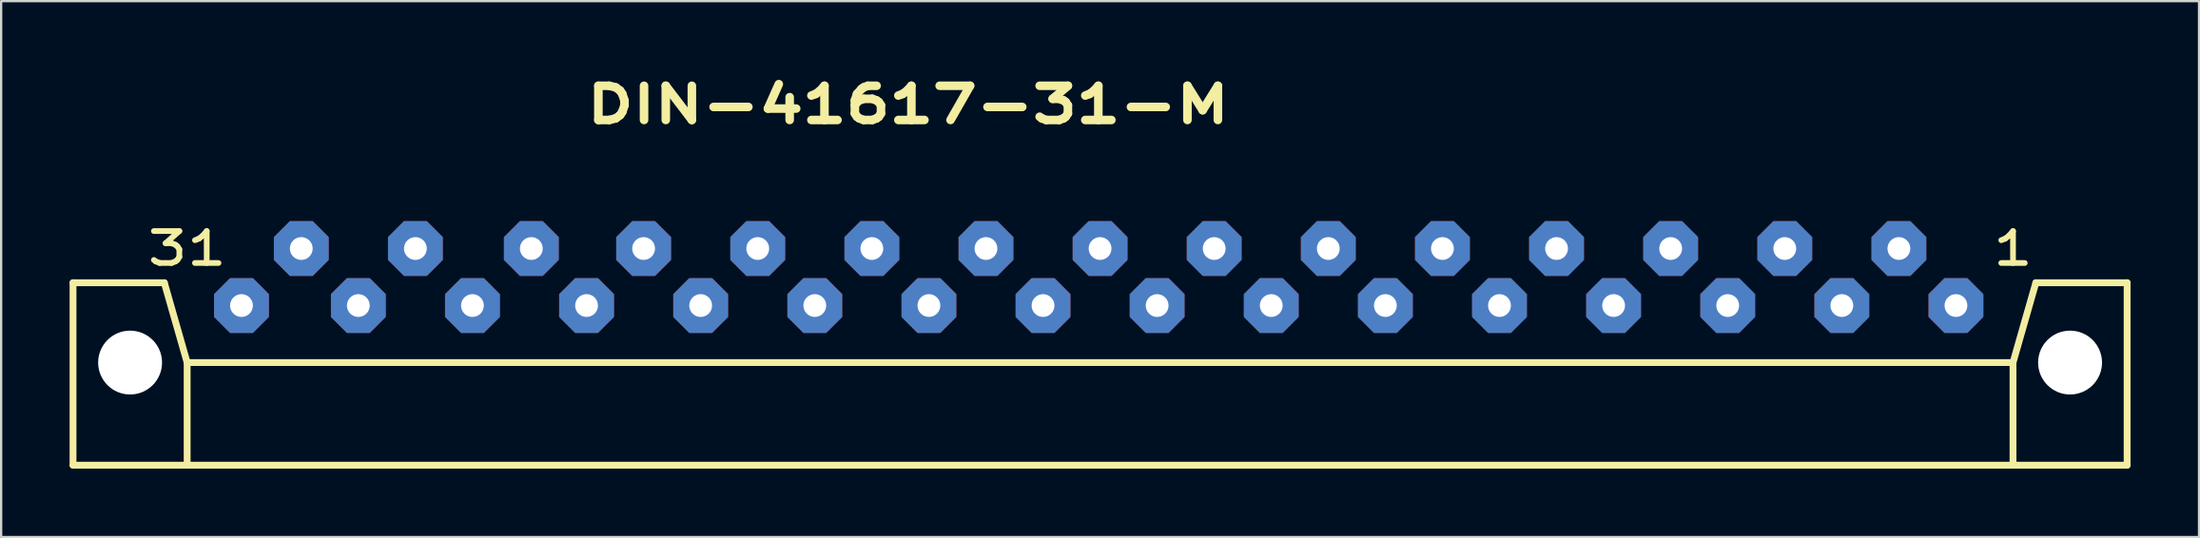
<source format=kicad_pcb>
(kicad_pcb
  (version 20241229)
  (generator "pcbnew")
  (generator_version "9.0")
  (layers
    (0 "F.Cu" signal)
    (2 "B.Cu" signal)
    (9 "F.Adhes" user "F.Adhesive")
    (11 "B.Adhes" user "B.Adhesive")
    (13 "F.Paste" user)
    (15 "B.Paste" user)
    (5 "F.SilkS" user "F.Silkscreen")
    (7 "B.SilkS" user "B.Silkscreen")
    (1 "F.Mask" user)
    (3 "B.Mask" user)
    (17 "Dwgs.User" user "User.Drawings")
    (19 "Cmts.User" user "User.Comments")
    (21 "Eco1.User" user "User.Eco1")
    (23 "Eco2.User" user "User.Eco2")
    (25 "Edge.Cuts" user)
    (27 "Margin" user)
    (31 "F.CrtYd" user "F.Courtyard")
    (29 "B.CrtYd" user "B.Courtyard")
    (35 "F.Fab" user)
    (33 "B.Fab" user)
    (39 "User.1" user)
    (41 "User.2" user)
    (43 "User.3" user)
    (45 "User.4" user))
  (footprint "DIN-41617-31-M"
    (layer "F.Cu")
    (at 15.15 5.346)
    (property "Reference" "DIN-41617-31-M" (at 21.59 -3.81 0) (layer "F.SilkS") (effects (font (size 1.5 2) (thickness 0.375))))
    (attr through_hole)
    (fp_line (start -15 12) (end -15 4) (stroke (width 0.3) (type solid)) (layer "F.SilkS"))
    (fp_line (start -11 4) (end -15 4) (stroke (width 0.3) (type solid)) (layer "F.SilkS"))
    (fp_line (start -10 7.5) (end -11 4) (stroke (width 0.3) (type solid)) (layer "F.SilkS"))
    (fp_line (start -10 7.5) (end -10 12) (stroke (width 0.3) (type solid)) (layer "F.SilkS"))
    (fp_line (start -10 7.5) (end 70 7.5) (stroke (width 0.3) (type solid)) (layer "F.SilkS"))
    (fp_line (start 70 7.5) (end 70 12) (stroke (width 0.3) (type solid)) (layer "F.SilkS"))
    (fp_line (start 70 7.5) (end 71 4) (stroke (width 0.3) (type solid)) (layer "F.SilkS"))
    (fp_line (start 71 4) (end 75 4) (stroke (width 0.3) (type solid)) (layer "F.SilkS"))
    (fp_line (start 75 4) (end 75 12) (stroke (width 0.3) (type solid)) (layer "F.SilkS"))
    (fp_line (start 75 12) (end -15 12) (stroke (width 0.3) (type solid)) (layer "F.SilkS"))
    (fp_text user "31" (at -10 2.5 0) (layer "F.SilkS") (effects (font (size 1.4 1.8) (thickness 0.25))))
    (fp_text user "1" (at 70 2.5 0) (layer "F.SilkS") (effects (font (size 1.4 1.8) (thickness 0.25))))
    (pad "" np_thru_hole circle (at -12.5 7.5) (size 2.8 2.8) (drill 2.8) (layers "*.Cu" "*.Mask"))
    (pad "" np_thru_hole circle (at 72.5 7.5) (size 2.8 2.8) (drill 2.8) (layers "*.Cu" "*.Mask"))
    (pad "1" thru_hole custom (at 67.5 5) (size 1.524 1.524) (drill 1) (layers "*.Cu" "*.Mask") (options (anchor rect)) (primitives (gr_poly (pts (xy -1.2 0.5) (xy -1.2 -0.5) (xy -0.5 -1.2) (xy 0.5 -1.2) (xy 1.2 -0.5) (xy 1.2 0.5) (xy 0.5 1.2) (xy -0.5 1.2)) (width 0) (fill yes))))
    (pad "2" thru_hole custom (at 65 2.5) (size 1.524 1.524) (drill 1) (layers "*.Cu" "*.Mask") (options (anchor rect)) (primitives (gr_poly (pts (xy -1.2 0.5) (xy -1.2 -0.5) (xy -0.5 -1.2) (xy 0.5 -1.2) (xy 1.2 -0.5) (xy 1.2 0.5) (xy 0.5 1.2) (xy -0.5 1.2)) (width 0) (fill yes))))
    (pad "3" thru_hole custom (at 62.5 5) (size 1.524 1.524) (drill 1) (layers "*.Cu" "*.Mask") (options (anchor rect)) (primitives (gr_poly (pts (xy -1.2 0.5) (xy -1.2 -0.5) (xy -0.5 -1.2) (xy 0.5 -1.2) (xy 1.2 -0.5) (xy 1.2 0.5) (xy 0.5 1.2) (xy -0.5 1.2)) (width 0) (fill yes))))
    (pad "4" thru_hole custom (at 60 2.5) (size 1.524 1.524) (drill 1) (layers "*.Cu" "*.Mask") (options (anchor rect)) (primitives (gr_poly (pts (xy -1.2 0.5) (xy -1.2 -0.5) (xy -0.5 -1.2) (xy 0.5 -1.2) (xy 1.2 -0.5) (xy 1.2 0.5) (xy 0.5 1.2) (xy -0.5 1.2)) (width 0) (fill yes))))
    (pad "5" thru_hole custom (at 57.5 5) (size 1.524 1.524) (drill 1) (layers "*.Cu" "*.Mask") (options (anchor rect)) (primitives (gr_poly (pts (xy -1.2 0.5) (xy -1.2 -0.5) (xy -0.5 -1.2) (xy 0.5 -1.2) (xy 1.2 -0.5) (xy 1.2 0.5) (xy 0.5 1.2) (xy -0.5 1.2)) (width 0) (fill yes))))
    (pad "6" thru_hole custom (at 55 2.5) (size 1.524 1.524) (drill 1) (layers "*.Cu" "*.Mask") (options (anchor rect)) (primitives (gr_poly (pts (xy -1.2 0.5) (xy -1.2 -0.5) (xy -0.5 -1.2) (xy 0.5 -1.2) (xy 1.2 -0.5) (xy 1.2 0.5) (xy 0.5 1.2) (xy -0.5 1.2)) (width 0) (fill yes))))
    (pad "7" thru_hole custom (at 52.5 5) (size 1.524 1.524) (drill 1) (layers "*.Cu" "*.Mask") (options (anchor rect)) (primitives (gr_poly (pts (xy -1.2 0.5) (xy -1.2 -0.5) (xy -0.5 -1.2) (xy 0.5 -1.2) (xy 1.2 -0.5) (xy 1.2 0.5) (xy 0.5 1.2) (xy -0.5 1.2)) (width 0) (fill yes))))
    (pad "8" thru_hole custom (at 50 2.5) (size 1.524 1.524) (drill 1) (layers "*.Cu" "*.Mask") (options (anchor rect)) (primitives (gr_poly (pts (xy -1.2 0.5) (xy -1.2 -0.5) (xy -0.5 -1.2) (xy 0.5 -1.2) (xy 1.2 -0.5) (xy 1.2 0.5) (xy 0.5 1.2) (xy -0.5 1.2)) (width 0) (fill yes))))
    (pad "9" thru_hole custom (at 47.5 5) (size 1.524 1.524) (drill 1) (layers "*.Cu" "*.Mask") (options (anchor rect)) (primitives (gr_poly (pts (xy -1.2 0.5) (xy -1.2 -0.5) (xy -0.5 -1.2) (xy 0.5 -1.2) (xy 1.2 -0.5) (xy 1.2 0.5) (xy 0.5 1.2) (xy -0.5 1.2)) (width 0) (fill yes))))
    (pad "10" thru_hole custom (at 45 2.5) (size 1.524 1.524) (drill 1) (layers "*.Cu" "*.Mask") (options (anchor rect)) (primitives (gr_poly (pts (xy -1.2 0.5) (xy -1.2 -0.5) (xy -0.5 -1.2) (xy 0.5 -1.2) (xy 1.2 -0.5) (xy 1.2 0.5) (xy 0.5 1.2) (xy -0.5 1.2)) (width 0) (fill yes))))
    (pad "11" thru_hole custom (at 42.5 5) (size 1.524 1.524) (drill 1) (layers "*.Cu" "*.Mask") (options (anchor rect)) (primitives (gr_poly (pts (xy -1.2 0.5) (xy -1.2 -0.5) (xy -0.5 -1.2) (xy 0.5 -1.2) (xy 1.2 -0.5) (xy 1.2 0.5) (xy 0.5 1.2) (xy -0.5 1.2)) (width 0) (fill yes))))
    (pad "12" thru_hole custom (at 40 2.5) (size 1.524 1.524) (drill 1) (layers "*.Cu" "*.Mask") (options (anchor rect)) (primitives (gr_poly (pts (xy -1.2 0.5) (xy -1.2 -0.5) (xy -0.5 -1.2) (xy 0.5 -1.2) (xy 1.2 -0.5) (xy 1.2 0.5) (xy 0.5 1.2) (xy -0.5 1.2)) (width 0) (fill yes))))
    (pad "13" thru_hole custom (at 37.5 5) (size 1.524 1.524) (drill 1) (layers "*.Cu" "*.Mask") (options (anchor rect)) (primitives (gr_poly (pts (xy -1.2 0.5) (xy -1.2 -0.5) (xy -0.5 -1.2) (xy 0.5 -1.2) (xy 1.2 -0.5) (xy 1.2 0.5) (xy 0.5 1.2) (xy -0.5 1.2)) (width 0) (fill yes))))
    (pad "14" thru_hole custom (at 35 2.5) (size 1.524 1.524) (drill 1) (layers "*.Cu" "*.Mask") (options (anchor rect)) (primitives (gr_poly (pts (xy -1.2 0.5) (xy -1.2 -0.5) (xy -0.5 -1.2) (xy 0.5 -1.2) (xy 1.2 -0.5) (xy 1.2 0.5) (xy 0.5 1.2) (xy -0.5 1.2)) (width 0) (fill yes))))
    (pad "15" thru_hole custom (at 32.5 5) (size 1.524 1.524) (drill 1) (layers "*.Cu" "*.Mask") (options (anchor rect)) (primitives (gr_poly (pts (xy -1.2 0.5) (xy -1.2 -0.5) (xy -0.5 -1.2) (xy 0.5 -1.2) (xy 1.2 -0.5) (xy 1.2 0.5) (xy 0.5 1.2) (xy -0.5 1.2)) (width 0) (fill yes))))
    (pad "16" thru_hole custom (at 30 2.5) (size 1.524 1.524) (drill 1) (layers "*.Cu" "*.Mask") (options (anchor rect)) (primitives (gr_poly (pts (xy -1.2 0.5) (xy -1.2 -0.5) (xy -0.5 -1.2) (xy 0.5 -1.2) (xy 1.2 -0.5) (xy 1.2 0.5) (xy 0.5 1.2) (xy -0.5 1.2)) (width 0) (fill yes))))
    (pad "17" thru_hole custom (at 27.5 5) (size 1.524 1.524) (drill 1) (layers "*.Cu" "*.Mask") (options (anchor rect)) (primitives (gr_poly (pts (xy -1.2 0.5) (xy -1.2 -0.5) (xy -0.5 -1.2) (xy 0.5 -1.2) (xy 1.2 -0.5) (xy 1.2 0.5) (xy 0.5 1.2) (xy -0.5 1.2)) (width 0) (fill yes))))
    (pad "18" thru_hole custom (at 25 2.5) (size 1.524 1.524) (drill 1) (layers "*.Cu" "*.Mask") (options (anchor rect)) (primitives (gr_poly (pts (xy -1.2 0.5) (xy -1.2 -0.5) (xy -0.5 -1.2) (xy 0.5 -1.2) (xy 1.2 -0.5) (xy 1.2 0.5) (xy 0.5 1.2) (xy -0.5 1.2)) (width 0) (fill yes))))
    (pad "19" thru_hole custom (at 22.5 5) (size 1.524 1.524) (drill 1) (layers "*.Cu" "*.Mask") (options (anchor rect)) (primitives (gr_poly (pts (xy -1.2 0.5) (xy -1.2 -0.5) (xy -0.5 -1.2) (xy 0.5 -1.2) (xy 1.2 -0.5) (xy 1.2 0.5) (xy 0.5 1.2) (xy -0.5 1.2)) (width 0) (fill yes))))
    (pad "20" thru_hole custom (at 20 2.5) (size 1.524 1.524) (drill 1) (layers "*.Cu" "*.Mask") (options (anchor rect)) (primitives (gr_poly (pts (xy -1.2 0.5) (xy -1.2 -0.5) (xy -0.5 -1.2) (xy 0.5 -1.2) (xy 1.2 -0.5) (xy 1.2 0.5) (xy 0.5 1.2) (xy -0.5 1.2)) (width 0) (fill yes))))
    (pad "21" thru_hole custom (at 17.5 5) (size 1.524 1.524) (drill 1) (layers "*.Cu" "*.Mask") (options (anchor rect)) (primitives (gr_poly (pts (xy -1.2 0.5) (xy -1.2 -0.5) (xy -0.5 -1.2) (xy 0.5 -1.2) (xy 1.2 -0.5) (xy 1.2 0.5) (xy 0.5 1.2) (xy -0.5 1.2)) (width 0) (fill yes))))
    (pad "22" thru_hole custom (at 15 2.5) (size 1.524 1.524) (drill 1) (layers "*.Cu" "*.Mask") (options (anchor rect)) (primitives (gr_poly (pts (xy -1.2 0.5) (xy -1.2 -0.5) (xy -0.5 -1.2) (xy 0.5 -1.2) (xy 1.2 -0.5) (xy 1.2 0.5) (xy 0.5 1.2) (xy -0.5 1.2)) (width 0) (fill yes))))
    (pad "23" thru_hole custom (at 12.5 5) (size 1.524 1.524) (drill 1) (layers "*.Cu" "*.Mask") (options (anchor rect)) (primitives (gr_poly (pts (xy -1.2 0.5) (xy -1.2 -0.5) (xy -0.5 -1.2) (xy 0.5 -1.2) (xy 1.2 -0.5) (xy 1.2 0.5) (xy 0.5 1.2) (xy -0.5 1.2)) (width 0) (fill yes))))
    (pad "24" thru_hole custom (at 10 2.5) (size 1.524 1.524) (drill 1) (layers "*.Cu" "*.Mask") (options (anchor rect)) (primitives (gr_poly (pts (xy -1.2 0.5) (xy -1.2 -0.5) (xy -0.5 -1.2) (xy 0.5 -1.2) (xy 1.2 -0.5) (xy 1.2 0.5) (xy 0.5 1.2) (xy -0.5 1.2)) (width 0) (fill yes))))
    (pad "25" thru_hole custom (at 7.5 5) (size 1.524 1.524) (drill 1) (layers "*.Cu" "*.Mask") (options (anchor rect)) (primitives (gr_poly (pts (xy -1.2 0.5) (xy -1.2 -0.5) (xy -0.5 -1.2) (xy 0.5 -1.2) (xy 1.2 -0.5) (xy 1.2 0.5) (xy 0.5 1.2) (xy -0.5 1.2)) (width 0) (fill yes))))
    (pad "26" thru_hole custom (at 5.08 2.5) (size 1.524 1.524) (drill 1) (layers "*.Cu" "*.Mask") (options (anchor rect)) (primitives (gr_poly (pts (xy -1.2 0.5) (xy -1.2 -0.5) (xy -0.5 -1.2) (xy 0.5 -1.2) (xy 1.2 -0.5) (xy 1.2 0.5) (xy 0.5 1.2) (xy -0.5 1.2)) (width 0) (fill yes))))
    (pad "27" thru_hole custom (at 2.5 5) (size 1.524 1.524) (drill 1) (layers "*.Cu" "*.Mask") (options (anchor rect)) (primitives (gr_poly (pts (xy -1.2 0.5) (xy -1.2 -0.5) (xy -0.5 -1.2) (xy 0.5 -1.2) (xy 1.2 -0.5) (xy 1.2 0.5) (xy 0.5 1.2) (xy -0.5 1.2)) (width 0) (fill yes))))
    (pad "28" thru_hole custom (at 0 2.5) (size 1.524 1.524) (drill 1) (layers "*.Cu" "*.Mask") (options (anchor rect)) (primitives (gr_poly (pts (xy -1.2 0.5) (xy -1.2 -0.5) (xy -0.5 -1.2) (xy 0.5 -1.2) (xy 1.2 -0.5) (xy 1.2 0.5) (xy 0.5 1.2) (xy -0.5 1.2)) (width 0) (fill yes))))
    (pad "29" thru_hole custom (at -2.5 5) (size 1.524 1.524) (drill 1) (layers "*.Cu" "*.Mask") (options (anchor rect)) (primitives (gr_poly (pts (xy -1.2 0.5) (xy -1.2 -0.5) (xy -0.5 -1.2) (xy 0.5 -1.2) (xy 1.2 -0.5) (xy 1.2 0.5) (xy 0.5 1.2) (xy -0.5 1.2)) (width 0) (fill yes))))
    (pad "30" thru_hole custom (at -5 2.5) (size 1.524 1.524) (drill 1) (layers "*.Cu" "*.Mask") (options (anchor rect)) (primitives (gr_poly (pts (xy -1.2 0.5) (xy -1.2 -0.5) (xy -0.5 -1.2) (xy 0.5 -1.2) (xy 1.2 -0.5) (xy 1.2 0.5) (xy 0.5 1.2) (xy -0.5 1.2)) (width 0) (fill yes))))
    (pad "31" thru_hole custom (at -7.62 5) (size 1.524 1.524) (drill 1) (layers "*.Cu" "*.Mask") (options (anchor rect)) (primitives (gr_poly (pts (xy -1.2 0.5) (xy -1.2 -0.5) (xy -0.5 -1.2) (xy 0.5 -1.2) (xy 1.2 -0.5) (xy 1.2 0.5) (xy 0.5 1.2) (xy -0.5 1.2)) (width 0) (fill yes)))))
  (gr_rect
    (start -3 -3)
    (end 93.3 20.496)
    (stroke (width 0.1) (type default))
    (fill no)
    (layer "Edge.Cuts")))
</source>
